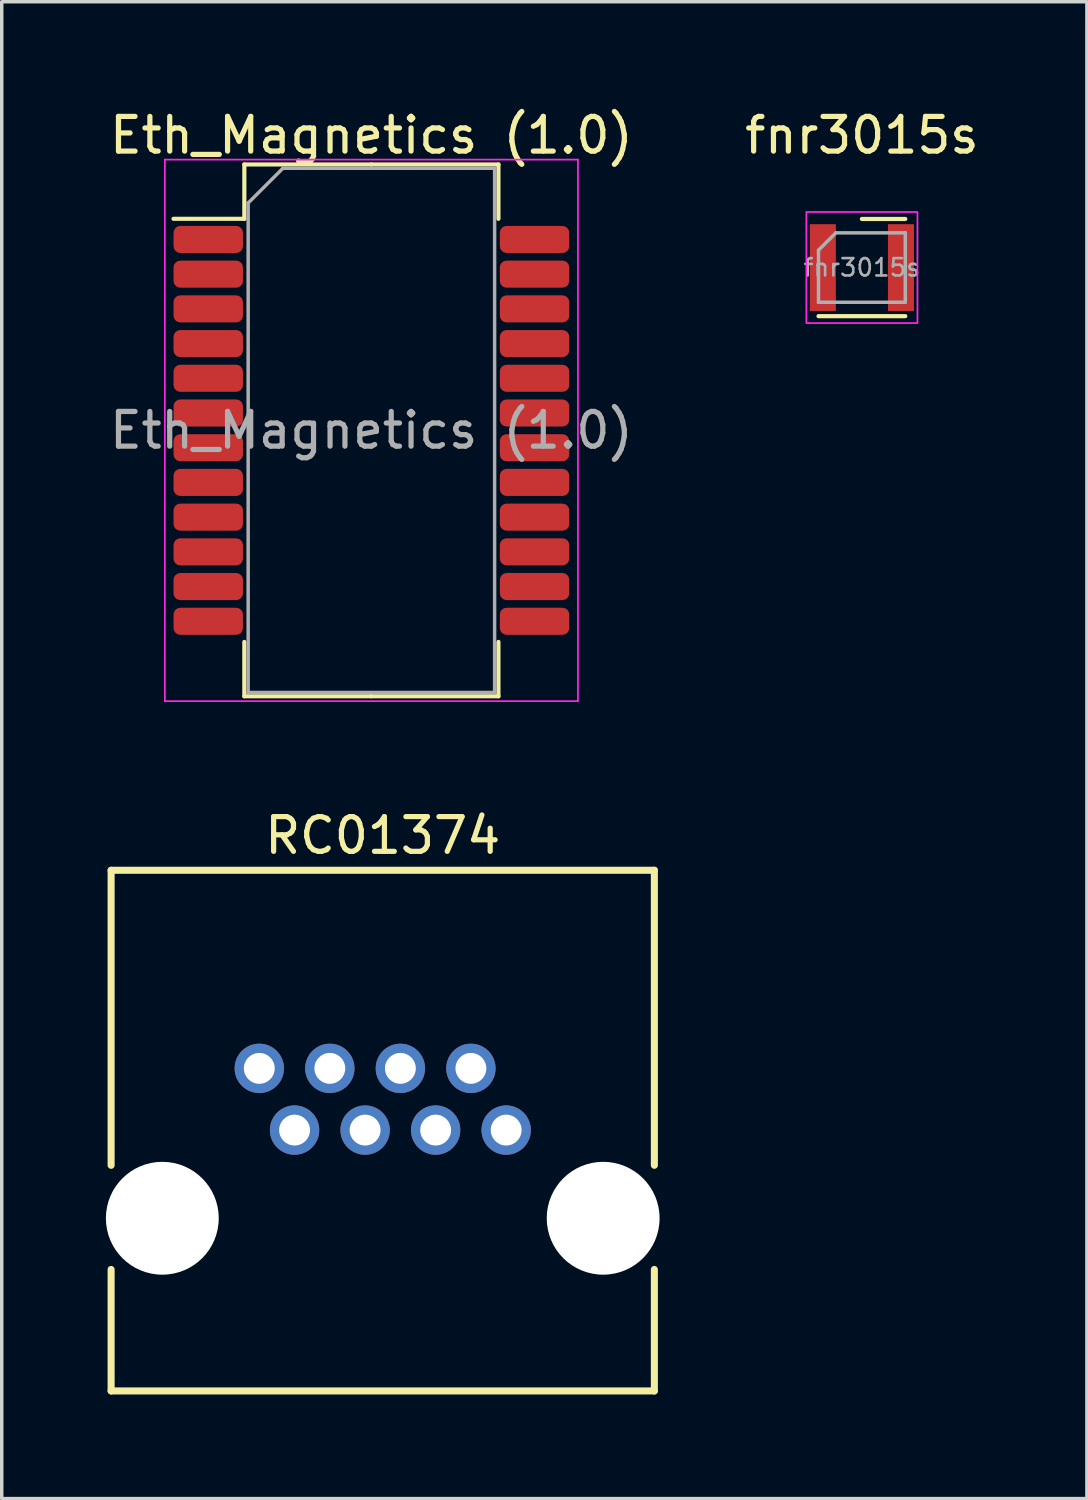
<source format=kicad_pcb>
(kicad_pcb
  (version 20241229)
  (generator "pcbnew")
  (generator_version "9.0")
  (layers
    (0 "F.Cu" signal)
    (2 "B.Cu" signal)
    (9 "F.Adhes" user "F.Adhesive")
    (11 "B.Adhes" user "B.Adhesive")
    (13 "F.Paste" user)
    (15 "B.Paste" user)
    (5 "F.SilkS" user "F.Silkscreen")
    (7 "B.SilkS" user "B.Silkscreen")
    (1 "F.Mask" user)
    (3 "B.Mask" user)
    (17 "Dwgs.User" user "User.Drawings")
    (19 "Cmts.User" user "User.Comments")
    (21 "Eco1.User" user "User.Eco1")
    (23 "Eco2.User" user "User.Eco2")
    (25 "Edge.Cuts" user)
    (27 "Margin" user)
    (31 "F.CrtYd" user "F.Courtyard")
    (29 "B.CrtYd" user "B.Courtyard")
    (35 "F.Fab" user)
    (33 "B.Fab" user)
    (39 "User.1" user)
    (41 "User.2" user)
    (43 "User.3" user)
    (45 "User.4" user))
  (footprint "fnr3015s"
    (layer "F.Cu")
    (at 21.78 4.658)
    (property "Reference" "fnr3015s" (at 0 -3.81 0) (unlocked yes) (layer "F.SilkS") (effects (font (size 1 1) (thickness 0.15))))
    (attr smd)
    (fp_line (start -1.25 1.4) (end 1.25 1.4) (stroke (width 0.12) (type solid)) (layer "F.SilkS"))
    (fp_line (start 0 -1.4) (end 1.25 -1.4) (stroke (width 0.12) (type solid)) (layer "F.SilkS"))
    (fp_rect (start -1.6 -1.6) (end 1.6 1.6) (stroke (width 0.05) (type solid)) (fill no) (layer "F.CrtYd"))
    (fp_line (start -1.25 -0.5) (end -1.25 1) (stroke (width 0.1) (type solid)) (layer "F.Fab"))
    (fp_line (start -1.25 1) (end 1.25 1) (stroke (width 0.1) (type solid)) (layer "F.Fab"))
    (fp_line (start -0.75 -1) (end -1.25 -0.5) (stroke (width 0.1) (type solid)) (layer "F.Fab"))
    (fp_line (start -0.75 -1) (end 1.25 -1) (stroke (width 0.1) (type solid)) (layer "F.Fab"))
    (fp_line (start 1.25 -1) (end 1.25 1) (stroke (width 0.1) (type solid)) (layer "F.Fab"))
    (fp_text user "${REFERENCE}" (at 0 0 0) (unlocked yes) (layer "F.Fab") (effects (font (size 0.5 0.5) (thickness 0.075))))
    (pad "1" smd rect (at -1.125 0) (size 0.75 2.5) (layers "F.Cu" "F.Mask" "F.Paste"))
    (pad "2" smd rect (at 1.125 0) (size 0.75 2.5) (layers "F.Cu" "F.Mask" "F.Paste")))
  (footprint "Eth_Magnetics (1.0)"
    (layer "F.Cu")
    (at 7.649 9.348)
    (property "Reference" "Eth_Magnetics (1.0)" (at 0 -8.5 180) (layer "F.SilkS") (effects (font (size 1 1) (thickness 0.15))))
    (attr smd exclude_from_bom)
    (fp_line (start -3.66 -7.66) (end -3.66 -6.095) (stroke (width 0.12) (type solid)) (layer "F.SilkS"))
    (fp_line (start -3.66 -6.095) (end -5.7 -6.095) (stroke (width 0.12) (type solid)) (layer "F.SilkS"))
    (fp_line (start -3.66 7.66) (end -3.66 6.095) (stroke (width 0.12) (type solid)) (layer "F.SilkS"))
    (fp_line (start 0 -7.66) (end -3.66 -7.66) (stroke (width 0.12) (type solid)) (layer "F.SilkS"))
    (fp_line (start 0 -7.66) (end 3.66 -7.66) (stroke (width 0.12) (type solid)) (layer "F.SilkS"))
    (fp_line (start 0 7.66) (end -3.66 7.66) (stroke (width 0.12) (type solid)) (layer "F.SilkS"))
    (fp_line (start 0 7.66) (end 3.66 7.66) (stroke (width 0.12) (type solid)) (layer "F.SilkS"))
    (fp_line (start 3.66 -7.66) (end 3.66 -6.095) (stroke (width 0.12) (type solid)) (layer "F.SilkS"))
    (fp_line (start 3.66 7.66) (end 3.66 6.095) (stroke (width 0.12) (type solid)) (layer "F.SilkS"))
    (fp_line (start -5.95 -7.8) (end -5.95 7.8) (stroke (width 0.05) (type solid)) (layer "F.CrtYd"))
    (fp_line (start -5.95 7.8) (end 5.95 7.8) (stroke (width 0.05) (type solid)) (layer "F.CrtYd"))
    (fp_line (start 5.95 -7.8) (end -5.95 -7.8) (stroke (width 0.05) (type solid)) (layer "F.CrtYd"))
    (fp_line (start 5.95 7.8) (end 5.95 -7.8) (stroke (width 0.05) (type solid)) (layer "F.CrtYd"))
    (fp_line (start -3.55 -6.55) (end -2.55 -7.55) (stroke (width 0.1) (type solid)) (layer "F.Fab"))
    (fp_line (start -3.55 7.55) (end -3.55 -6.55) (stroke (width 0.1) (type solid)) (layer "F.Fab"))
    (fp_line (start -2.55 -7.55) (end 3.55 -7.55) (stroke (width 0.1) (type solid)) (layer "F.Fab"))
    (fp_line (start 3.55 -7.55) (end 3.55 7.55) (stroke (width 0.1) (type solid)) (layer "F.Fab"))
    (fp_line (start 3.55 7.55) (end -3.55 7.55) (stroke (width 0.1) (type solid)) (layer "F.Fab"))
    (fp_line (start -5.35 -7.55) (end 5.35 -7.55) (stroke (width 0.12) (type solid)) (layer "User.7"))
    (fp_line (start -5.35 7.55) (end -5.35 -7.55) (stroke (width 0.12) (type solid)) (layer "User.7"))
    (fp_line (start 5.35 -7.55) (end 5.35 7.55) (stroke (width 0.12) (type solid)) (layer "User.7"))
    (fp_line (start 5.35 7.55) (end -5.35 7.55) (stroke (width 0.12) (type solid)) (layer "User.7"))
    (fp_line (start -3.55 -5.5) (end 3.55 -5.5) (stroke (width 0.12) (type solid)) (layer "User.9"))
    (fp_line (start -3.55 5.5) (end -3.55 -5.5) (stroke (width 0.12) (type solid)) (layer "User.9"))
    (fp_line (start 3.55 -5.5) (end 3.55 5.5) (stroke (width 0.12) (type solid)) (layer "User.9"))
    (fp_line (start 3.55 5.5) (end -3.55 5.5) (stroke (width 0.12) (type solid)) (layer "User.9"))
    (fp_text user "${REFERENCE}" (at 0 0 180) (layer "F.Fab") (effects (font (size 1 1) (thickness 0.15))))
    (pad "1" smd roundrect (at -4.7 -5.5) (size 2 0.78) (layers "F.Cu" "F.Mask" "F.Paste") (roundrect_rratio 0.25))
    (pad "2" smd roundrect (at -4.7 -4.5) (size 2 0.78) (layers "F.Cu" "F.Mask" "F.Paste") (roundrect_rratio 0.25))
    (pad "3" smd roundrect (at -4.7 -3.5) (size 2 0.78) (layers "F.Cu" "F.Mask" "F.Paste") (roundrect_rratio 0.25))
    (pad "4" smd roundrect (at -4.7 -2.5) (size 2 0.78) (layers "F.Cu" "F.Mask" "F.Paste") (roundrect_rratio 0.25))
    (pad "5" smd roundrect (at -4.7 -1.5) (size 2 0.78) (layers "F.Cu" "F.Mask" "F.Paste") (roundrect_rratio 0.25))
    (pad "6" smd roundrect (at -4.7 -0.5) (size 2 0.78) (layers "F.Cu" "F.Mask" "F.Paste") (roundrect_rratio 0.25))
    (pad "7" smd roundrect (at -4.7 0.5) (size 2 0.78) (layers "F.Cu" "F.Mask" "F.Paste") (roundrect_rratio 0.25))
    (pad "8" smd roundrect (at -4.7 1.5) (size 2 0.78) (layers "F.Cu" "F.Mask" "F.Paste") (roundrect_rratio 0.25))
    (pad "9" smd roundrect (at -4.7 2.5) (size 2 0.78) (layers "F.Cu" "F.Mask" "F.Paste") (roundrect_rratio 0.25))
    (pad "10" smd roundrect (at -4.7 3.5) (size 2 0.78) (layers "F.Cu" "F.Mask" "F.Paste") (roundrect_rratio 0.25))
    (pad "11" smd roundrect (at -4.7 4.5) (size 2 0.78) (layers "F.Cu" "F.Mask" "F.Paste") (roundrect_rratio 0.25))
    (pad "12" smd roundrect (at -4.7 5.5) (size 2 0.78) (layers "F.Cu" "F.Mask" "F.Paste") (roundrect_rratio 0.25))
    (pad "13" smd roundrect (at 4.7 5.5) (size 2 0.78) (layers "F.Cu" "F.Mask" "F.Paste") (roundrect_rratio 0.25))
    (pad "14" smd roundrect (at 4.7 4.5) (size 2 0.78) (layers "F.Cu" "F.Mask" "F.Paste") (roundrect_rratio 0.25))
    (pad "15" smd roundrect (at 4.7 3.5) (size 2 0.78) (layers "F.Cu" "F.Mask" "F.Paste") (roundrect_rratio 0.25))
    (pad "16" smd roundrect (at 4.7 2.5) (size 2 0.78) (layers "F.Cu" "F.Mask" "F.Paste") (roundrect_rratio 0.25))
    (pad "17" smd roundrect (at 4.7 1.5) (size 2 0.78) (layers "F.Cu" "F.Mask" "F.Paste") (roundrect_rratio 0.25))
    (pad "18" smd roundrect (at 4.7 0.5) (size 2 0.78) (layers "F.Cu" "F.Mask" "F.Paste") (roundrect_rratio 0.25))
    (pad "19" smd roundrect (at 4.7 -0.5) (size 2 0.78) (layers "F.Cu" "F.Mask" "F.Paste") (roundrect_rratio 0.25))
    (pad "20" smd roundrect (at 4.7 -1.5) (size 2 0.78) (layers "F.Cu" "F.Mask" "F.Paste") (roundrect_rratio 0.25))
    (pad "21" smd roundrect (at 4.7 -2.5) (size 2 0.78) (layers "F.Cu" "F.Mask" "F.Paste") (roundrect_rratio 0.25))
    (pad "22" smd roundrect (at 4.7 -3.5) (size 2 0.78) (layers "F.Cu" "F.Mask" "F.Paste") (roundrect_rratio 0.25))
    (pad "23" smd roundrect (at 4.7 -4.5) (size 2 0.78) (layers "F.Cu" "F.Mask" "F.Paste") (roundrect_rratio 0.25))
    (pad "24" smd roundrect (at 4.7 -5.5) (size 2 0.78) (layers "F.Cu" "F.Mask" "F.Paste") (roundrect_rratio 0.25)))
  (footprint "RC01374"
    (layer "F.Cu")
    (at 7.976 29.521)
    (property "Reference" "RC01374" (at 0 -8.5 0) (unlocked yes) (layer "F.SilkS") (effects (font (size 1 1) (thickness 0.15))))
    (attr through_hole)
    (fp_line (start -7.825 -7.5) (end 7.825 -7.5) (stroke (width 0.203) (type solid)) (layer "F.SilkS"))
    (fp_line (start -7.825 1) (end -7.825 -7.5) (stroke (width 0.203) (type solid)) (layer "F.SilkS"))
    (fp_line (start -7.825 7.5) (end -7.825 4) (stroke (width 0.203) (type solid)) (layer "F.SilkS"))
    (fp_line (start -7.825 7.5) (end 7.825 7.5) (stroke (width 0.203) (type solid)) (layer "F.SilkS"))
    (fp_line (start 7.825 1) (end 7.825 -7.5) (stroke (width 0.203) (type solid)) (layer "F.SilkS"))
    (fp_line (start 7.825 7.5) (end 7.825 4) (stroke (width 0.203) (type solid)) (layer "F.SilkS"))
    (pad "" np_thru_hole circle (at -6.35 2.525) (size 3.251 3.251) (drill 3.251) (layers "*.Cu" "*.Mask"))
    (pad "" np_thru_hole circle (at 6.35 2.525) (size 3.251 3.251) (drill 3.251) (layers "*.Cu" "*.Mask"))
    (pad "1" thru_hole circle (at 3.556 -0.015) (size 1.422 1.422) (drill 0.889) (layers "*.Cu" "*.Mask"))
    (pad "2" thru_hole circle (at 2.54 -1.793) (size 1.422 1.422) (drill 0.889) (layers "*.Cu" "*.Mask"))
    (pad "3" thru_hole circle (at 1.524 -0.015) (size 1.422 1.422) (drill 0.889) (layers "*.Cu" "*.Mask"))
    (pad "4" thru_hole circle (at 0.508 -1.793) (size 1.422 1.422) (drill 0.889) (layers "*.Cu" "*.Mask"))
    (pad "5" thru_hole circle (at -0.508 -0.015) (size 1.422 1.422) (drill 0.889) (layers "*.Cu" "*.Mask"))
    (pad "6" thru_hole circle (at -1.524 -1.793) (size 1.422 1.422) (drill 0.889) (layers "*.Cu" "*.Mask"))
    (pad "7" thru_hole circle (at -2.54 -0.015) (size 1.422 1.422) (drill 0.889) (layers "*.Cu" "*.Mask"))
    (pad "8" thru_hole circle (at -3.556 -1.793) (size 1.422 1.422) (drill 0.889) (layers "*.Cu" "*.Mask")))
  (gr_rect
    (start -3 -3)
    (end 28.262 40.123)
    (stroke (width 0.1) (type default))
    (fill no)
    (layer "Edge.Cuts")))
</source>
